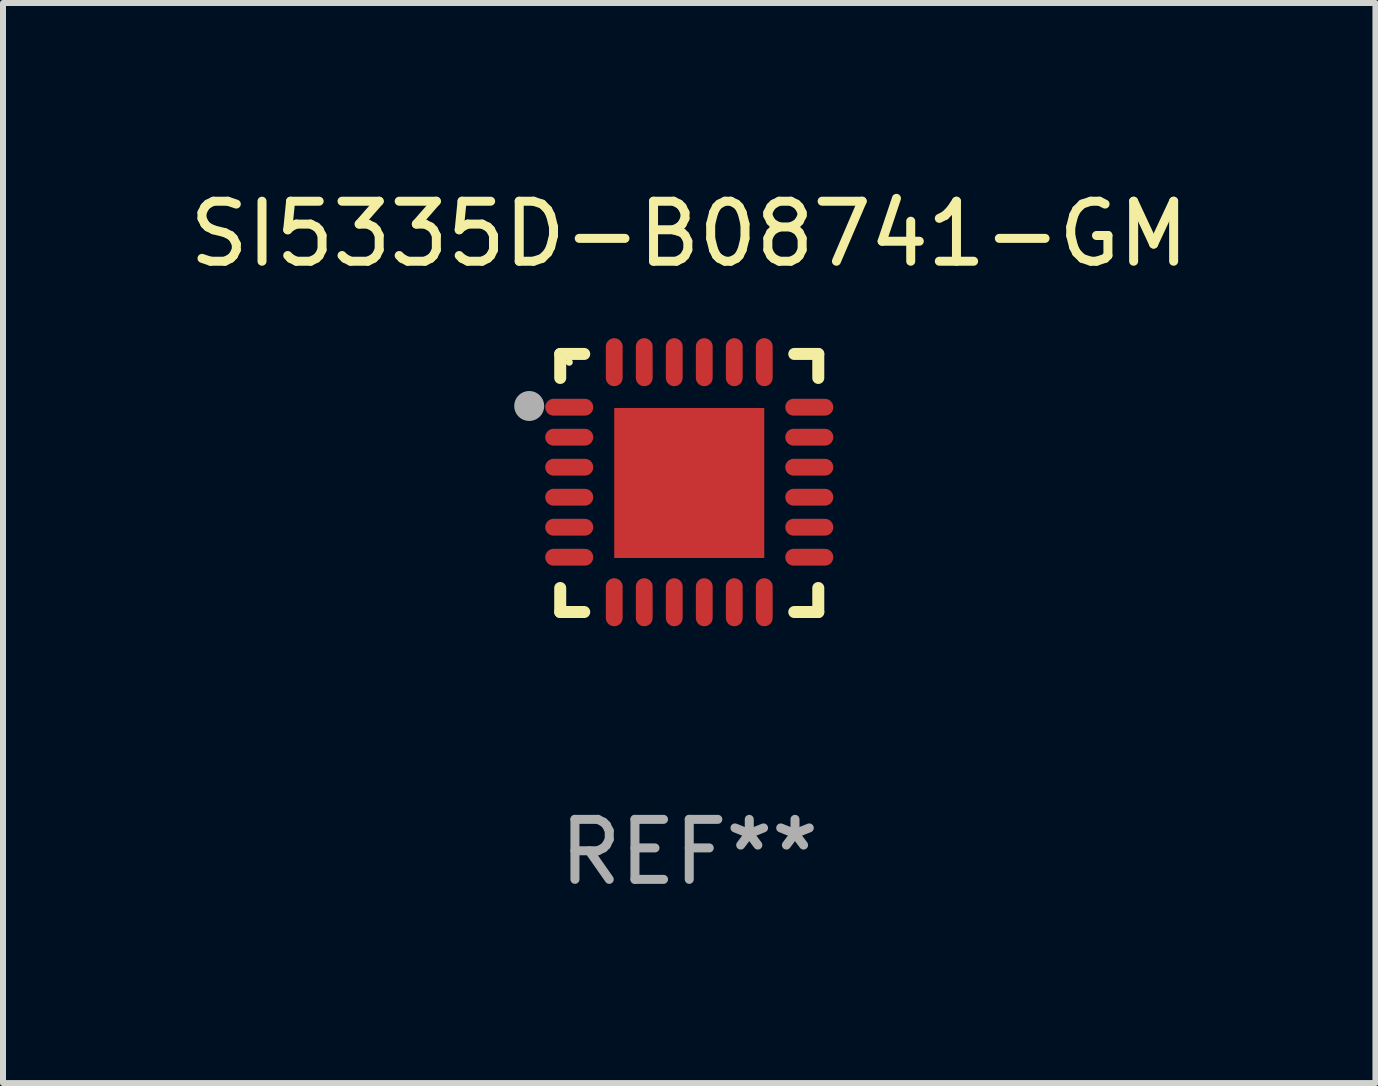
<source format=kicad_pcb>
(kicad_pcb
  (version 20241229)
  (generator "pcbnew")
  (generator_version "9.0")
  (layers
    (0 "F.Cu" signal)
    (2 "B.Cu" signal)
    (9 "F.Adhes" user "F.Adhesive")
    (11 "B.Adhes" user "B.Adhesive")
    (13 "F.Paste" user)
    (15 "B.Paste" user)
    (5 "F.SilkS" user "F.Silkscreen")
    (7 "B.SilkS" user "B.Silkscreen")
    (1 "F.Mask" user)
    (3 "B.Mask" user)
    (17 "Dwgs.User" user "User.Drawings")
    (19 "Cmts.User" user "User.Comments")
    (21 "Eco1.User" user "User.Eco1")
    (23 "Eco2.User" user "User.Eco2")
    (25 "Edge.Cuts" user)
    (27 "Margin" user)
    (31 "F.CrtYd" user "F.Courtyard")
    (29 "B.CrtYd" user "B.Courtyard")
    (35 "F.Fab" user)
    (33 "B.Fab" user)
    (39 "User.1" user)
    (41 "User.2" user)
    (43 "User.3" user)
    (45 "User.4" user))
  (footprint "SI5335D-B08741-GM"
    (layer "F.Cu")
    (at 8.435 4.998)
    (property "Reference" "SI5335D-B08741-GM" (at 0 -4.15 0) (layer "F.SilkS") (effects (font (size 1 1) (thickness 0.15))))
    (attr through_hole)
    (fp_line (start -2.15 -2.15) (end -1.75 -2.15) (stroke (width 0.2) (type solid)) (layer "F.SilkS"))
    (fp_line (start -2.15 -1.75) (end -2.15 -2.15) (stroke (width 0.2) (type solid)) (layer "F.SilkS"))
    (fp_line (start -2.15 2.15) (end -2.15 1.75) (stroke (width 0.2) (type solid)) (layer "F.SilkS"))
    (fp_line (start -1.75 2.15) (end -2.15 2.15) (stroke (width 0.2) (type solid)) (layer "F.SilkS"))
    (fp_line (start 1.75 -2.15) (end 2.15 -2.15) (stroke (width 0.2) (type solid)) (layer "F.SilkS"))
    (fp_line (start 1.75 2.15) (end 2.15 2.15) (stroke (width 0.2) (type solid)) (layer "F.SilkS"))
    (fp_line (start 2.15 -2.15) (end 2.15 -1.75) (stroke (width 0.2) (type solid)) (layer "F.SilkS"))
    (fp_line (start 2.15 2.15) (end 2.15 1.75) (stroke (width 0.2) (type solid)) (layer "F.SilkS"))
    (fp_circle (center -2 -2.013) (end -1.97 -2.013) (stroke (width 0.06) (type solid)) (fill no) (layer "F.SilkS"))
    (fp_circle (center -2.667 -1.283) (end -2.542 -1.283) (stroke (width 0.25) (type solid)) (fill no) (layer "F.Fab"))
    (fp_text user "REF**" (at 0 6.15 0) (layer "F.Fab") (effects (font (size 1 1) (thickness 0.15))))
    (pad "1" smd oval (at -2 -1.263) (size 0.8 0.28) (layers "F.Cu" "F.Mask" "F.Paste"))
    (pad "2" smd oval (at -2 -0.763) (size 0.8 0.28) (layers "F.Cu" "F.Mask" "F.Paste"))
    (pad "3" smd oval (at -2 -0.263) (size 0.8 0.28) (layers "F.Cu" "F.Mask" "F.Paste"))
    (pad "4" smd oval (at -2 0.237) (size 0.8 0.28) (layers "F.Cu" "F.Mask" "F.Paste"))
    (pad "5" smd oval (at -2 0.737) (size 0.8 0.28) (layers "F.Cu" "F.Mask" "F.Paste"))
    (pad "6" smd oval (at -2 1.237) (size 0.8 0.28) (layers "F.Cu" "F.Mask" "F.Paste"))
    (pad "7" smd oval (at -1.25 1.987) (size 0.28 0.8) (layers "F.Cu" "F.Mask" "F.Paste"))
    (pad "8" smd oval (at -0.75 1.987) (size 0.28 0.8) (layers "F.Cu" "F.Mask" "F.Paste"))
    (pad "9" smd oval (at -0.25 1.987) (size 0.28 0.8) (layers "F.Cu" "F.Mask" "F.Paste"))
    (pad "10" smd oval (at 0.25 1.987) (size 0.28 0.8) (layers "F.Cu" "F.Mask" "F.Paste"))
    (pad "11" smd oval (at 0.75 1.987) (size 0.28 0.8) (layers "F.Cu" "F.Mask" "F.Paste"))
    (pad "12" smd oval (at 1.25 1.987) (size 0.28 0.8) (layers "F.Cu" "F.Mask" "F.Paste"))
    (pad "13" smd oval (at 2 1.237) (size 0.8 0.28) (layers "F.Cu" "F.Mask" "F.Paste"))
    (pad "14" smd oval (at 2 0.737) (size 0.8 0.28) (layers "F.Cu" "F.Mask" "F.Paste"))
    (pad "15" smd oval (at 2 0.237) (size 0.8 0.28) (layers "F.Cu" "F.Mask" "F.Paste"))
    (pad "16" smd oval (at 2 -0.263) (size 0.8 0.28) (layers "F.Cu" "F.Mask" "F.Paste"))
    (pad "17" smd oval (at 2 -0.763) (size 0.8 0.28) (layers "F.Cu" "F.Mask" "F.Paste"))
    (pad "18" smd oval (at 2 -1.263) (size 0.8 0.28) (layers "F.Cu" "F.Mask" "F.Paste"))
    (pad "19" smd oval (at 1.25 -2.013) (size 0.28 0.8) (layers "F.Cu" "F.Mask" "F.Paste"))
    (pad "20" smd oval (at 0.75 -2.013) (size 0.28 0.8) (layers "F.Cu" "F.Mask" "F.Paste"))
    (pad "21" smd oval (at 0.25 -2.013) (size 0.28 0.8) (layers "F.Cu" "F.Mask" "F.Paste"))
    (pad "22" smd oval (at -0.25 -2.013) (size 0.28 0.8) (layers "F.Cu" "F.Mask" "F.Paste"))
    (pad "23" smd oval (at -0.75 -2.013) (size 0.28 0.8) (layers "F.Cu" "F.Mask" "F.Paste"))
    (pad "24" smd oval (at -1.25 -2.013) (size 0.28 0.8) (layers "F.Cu" "F.Mask" "F.Paste"))
    (pad "25" smd rect (at -0.000127 -0.00014) (size 2.5 2.5) (layers "F.Cu" "F.Mask" "F.Paste")))
  (gr_rect
    (start -3 -3)
    (end 19.869 14.997)
    (stroke (width 0.1) (type default))
    (fill no)
    (layer "Edge.Cuts")))
</source>
